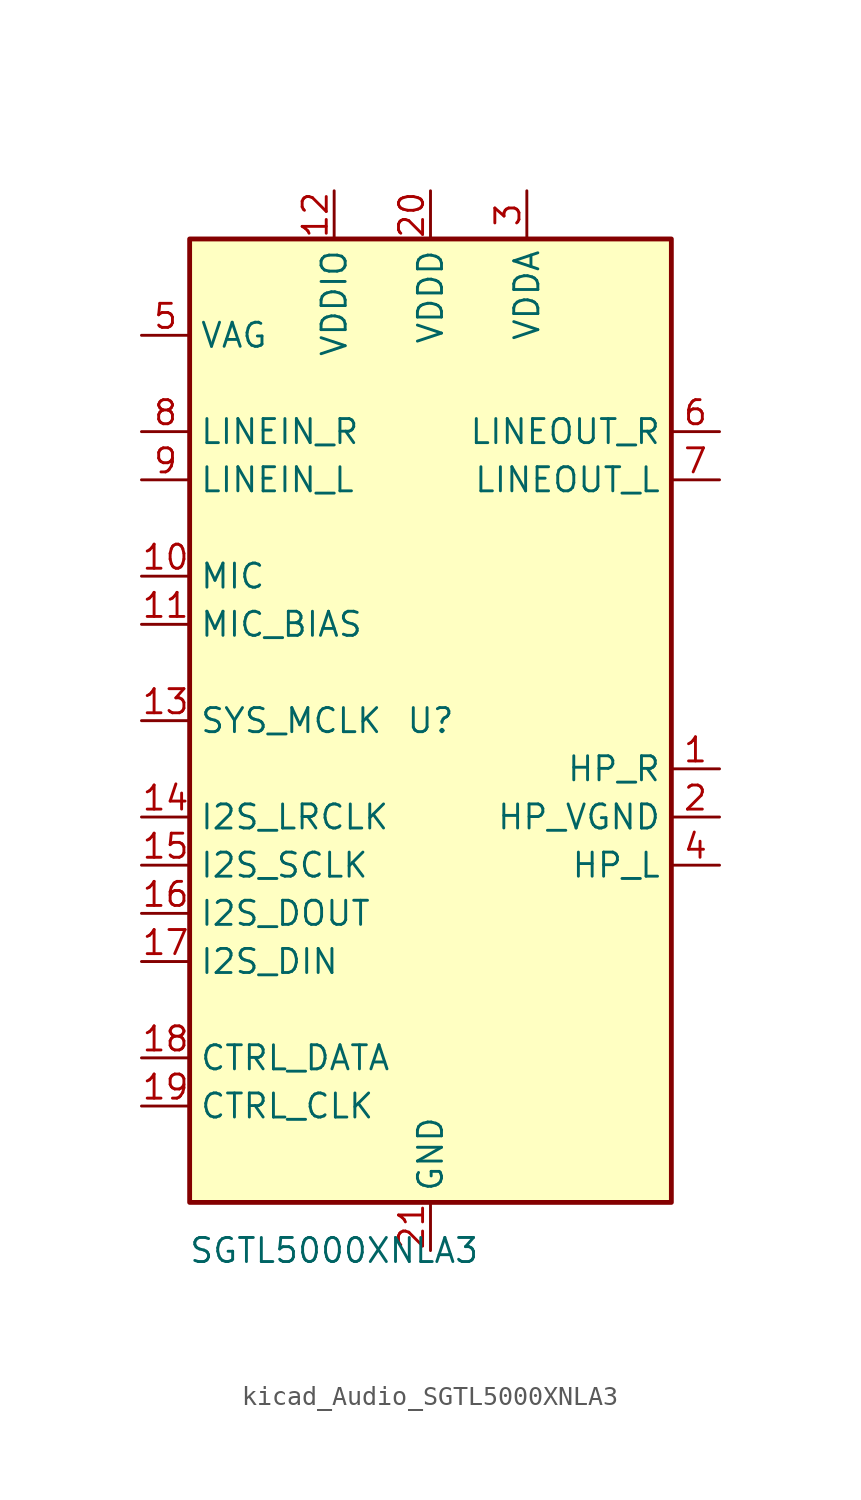
<source format=kicad_sym>
(kicad_symbol_lib
  (version 20220914)
  (generator kicad_symbol_editor)
  (symbol "kicad_Audio_SGTL5000XNLA3"
    (property "Reference" "U"
      (at 0 0 0)
      (effects (font (size 1.27 1.27))))
    (property "Value" "SGTL5000XNLA3"
      (at -5.08 -27.94 0)
      (effects (font (size 1.27 1.27))))
    (symbol "kicad_Audio_SGTL5000XNLA3_0_1"
      (rectangle (start -12.7 25.4) (end 12.7 -25.4) (stroke (width 0.254) (type default)) (fill (type background))))
    (symbol "kicad_Audio_SGTL5000XNLA3_1_1"
      (pin output line (at 15.24 -2.54 180) (length 2.54) (name "HP_R" (effects (font (size 1.27 1.27)))) (number "1" (effects (font (size 1.27 1.27)))))
      (pin input line (at -15.24 7.62 0) (length 2.54) (name "MIC" (effects (font (size 1.27 1.27)))) (number "10" (effects (font (size 1.27 1.27)))))
      (pin input line (at -15.24 5.08 0) (length 2.54) (name "MIC_BIAS" (effects (font (size 1.27 1.27)))) (number "11" (effects (font (size 1.27 1.27)))))
      (pin power_in line (at -5.08 27.94 270) (length 2.54) (name "VDDIO" (effects (font (size 1.27 1.27)))) (number "12" (effects (font (size 1.27 1.27)))))
      (pin input line (at -15.24 0 0) (length 2.54) (name "SYS_MCLK" (effects (font (size 1.27 1.27)))) (number "13" (effects (font (size 1.27 1.27)))))
      (pin input line (at -15.24 -5.08 0) (length 2.54) (name "I2S_LRCLK" (effects (font (size 1.27 1.27)))) (number "14" (effects (font (size 1.27 1.27)))))
      (pin input line (at -15.24 -7.62 0) (length 2.54) (name "I2S_SCLK" (effects (font (size 1.27 1.27)))) (number "15" (effects (font (size 1.27 1.27)))))
      (pin output line (at -15.24 -10.16 0) (length 2.54) (name "I2S_DOUT" (effects (font (size 1.27 1.27)))) (number "16" (effects (font (size 1.27 1.27)))))
      (pin input line (at -15.24 -12.7 0) (length 2.54) (name "I2S_DIN" (effects (font (size 1.27 1.27)))) (number "17" (effects (font (size 1.27 1.27)))))
      (pin input line (at -15.24 -17.78 0) (length 2.54) (name "CTRL_DATA" (effects (font (size 1.27 1.27)))) (number "18" (effects (font (size 1.27 1.27)))))
      (pin input line (at -15.24 -20.32 0) (length 2.54) (name "CTRL_CLK" (effects (font (size 1.27 1.27)))) (number "19" (effects (font (size 1.27 1.27)))))
      (pin power_out line (at 15.24 -5.08 180) (length 2.54) (name "HP_VGND" (effects (font (size 1.27 1.27)))) (number "2" (effects (font (size 1.27 1.27)))))
      (pin power_in line (at 0 27.94 270) (length 2.54) (name "VDDD" (effects (font (size 1.27 1.27)))) (number "20" (effects (font (size 1.27 1.27)))))
      (pin power_in line (at 0 -27.94 90) (length 2.54) (name "GND" (effects (font (size 1.27 1.27)))) (number "21" (effects (font (size 1.27 1.27)))))
      (pin power_in line (at 5.08 27.94 270) (length 2.54) (name "VDDA" (effects (font (size 1.27 1.27)))) (number "3" (effects (font (size 1.27 1.27)))))
      (pin output line (at 15.24 -7.62 180) (length 2.54) (name "HP_L" (effects (font (size 1.27 1.27)))) (number "4" (effects (font (size 1.27 1.27)))))
      (pin passive line (at -15.24 20.32 0) (length 2.54) (name "VAG" (effects (font (size 1.27 1.27)))) (number "5" (effects (font (size 1.27 1.27)))))
      (pin output line (at 15.24 15.24 180) (length 2.54) (name "LINEOUT_R" (effects (font (size 1.27 1.27)))) (number "6" (effects (font (size 1.27 1.27)))))
      (pin output line (at 15.24 12.7 180) (length 2.54) (name "LINEOUT_L" (effects (font (size 1.27 1.27)))) (number "7" (effects (font (size 1.27 1.27)))))
      (pin input line (at -15.24 15.24 0) (length 2.54) (name "LINEIN_R" (effects (font (size 1.27 1.27)))) (number "8" (effects (font (size 1.27 1.27)))))
      (pin input line (at -15.24 12.7 0) (length 2.54) (name "LINEIN_L" (effects (font (size 1.27 1.27)))) (number "9" (effects (font (size 1.27 1.27))))))))
</source>
